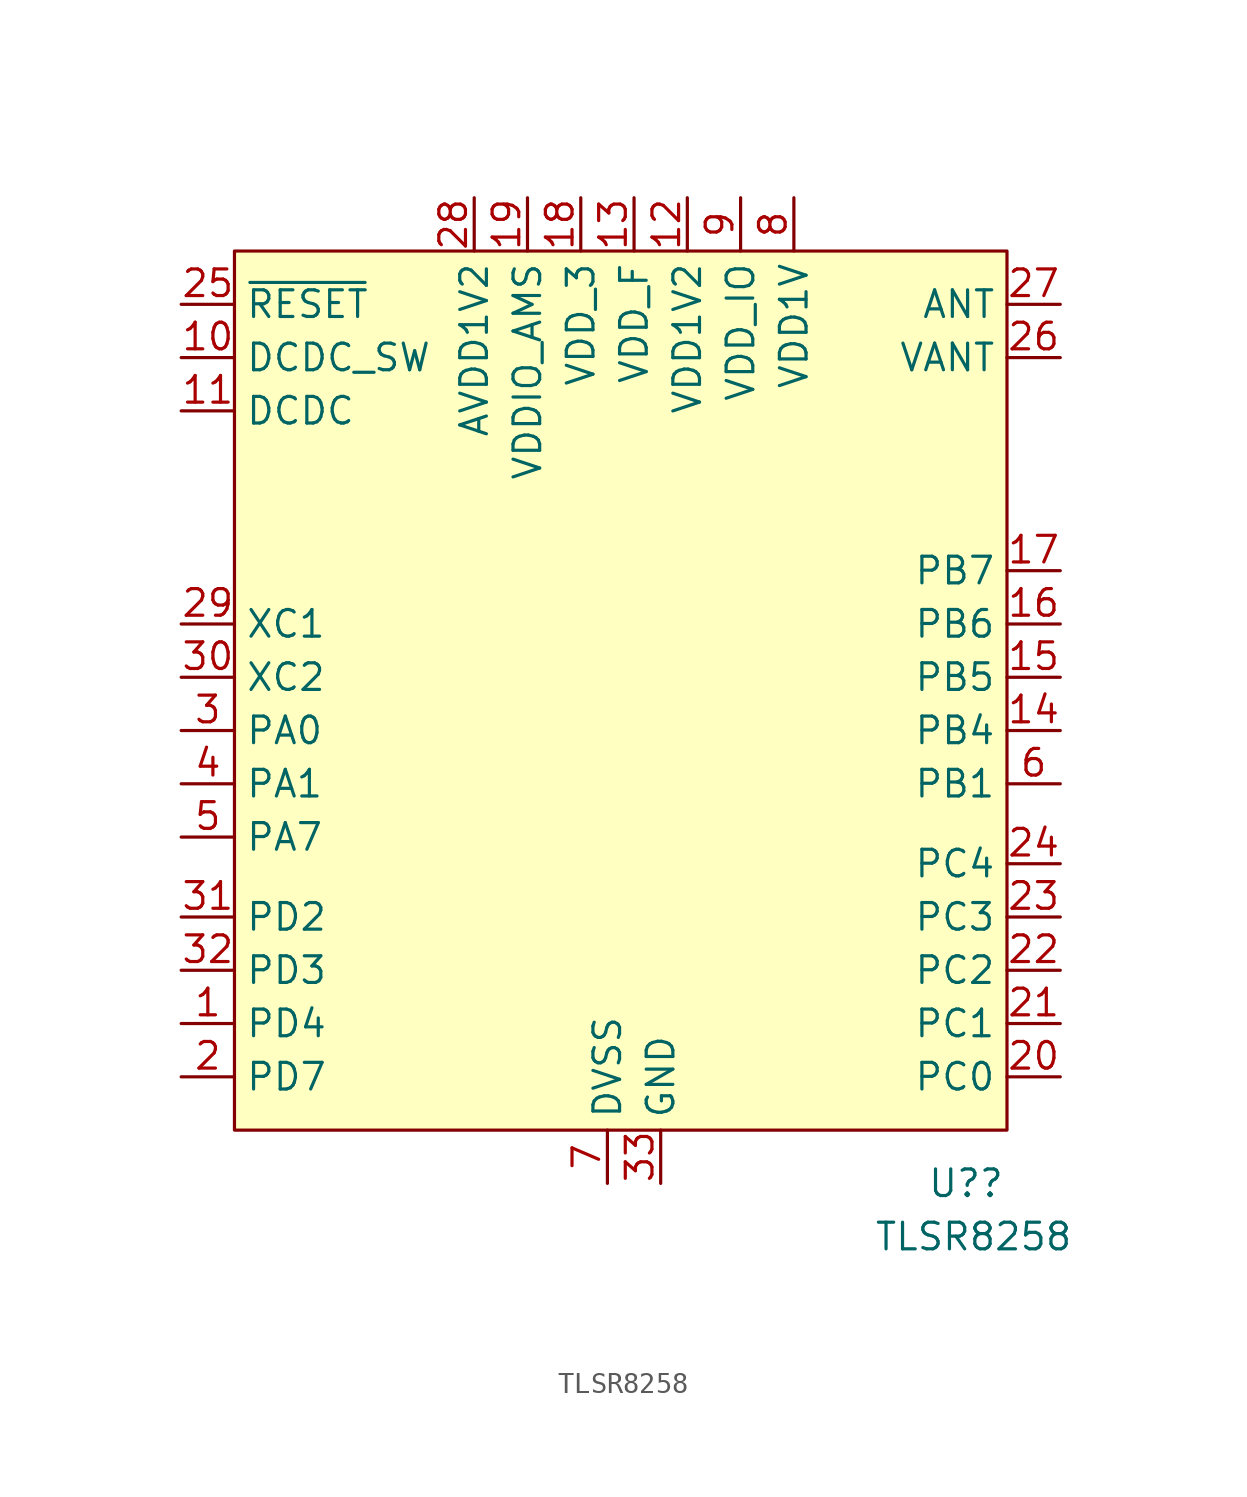
<source format=kicad_sym>
(kicad_symbol_lib
  (version 20211014)
  (generator kicad_symbol_editor)
  (symbol "TLSR8258"
    (property "Reference" "U?"
      (at 13.97 -24.13 0)
      (effects (font (size 1.27 1.27)) (justify left)))
    (property "Value" "TLSR8258"
      (at 11.43 -26.67 0)
      (effects (font (size 1.27 1.27)) (justify left)))
    (symbol "TLSR8258_0_1"
      (rectangle (start -19.05 20.32) (end 17.78 -21.59) (stroke (width 0) (type default) (color 0 0 0 0)) (fill (type background))))
    (symbol "TLSR8258_1_1"
      (pin bidirectional line (at -21.59 -16.51 0) (length 2.54) (name "PD4" (effects (font (size 1.27 1.27)))) (number "1" (effects (font (size 1.27 1.27)))))
      (pin power_in line (at -21.59 15.24 0) (length 2.54) (name "DCDC_SW" (effects (font (size 1.27 1.27)))) (number "10" (effects (font (size 1.27 1.27)))))
      (pin power_in line (at -21.59 12.7 0) (length 2.54) (name "DCDC" (effects (font (size 1.27 1.27)))) (number "11" (effects (font (size 1.27 1.27)))))
      (pin power_in line (at 2.54 22.86 270) (length 2.54) (name "VDD1V2" (effects (font (size 1.27 1.27)))) (number "12" (effects (font (size 1.27 1.27)))))
      (pin power_in line (at 0 22.86 270) (length 2.54) (name "VDD_F" (effects (font (size 1.27 1.27)))) (number "13" (effects (font (size 1.27 1.27)))))
      (pin bidirectional line (at 20.32 -2.54 180) (length 2.54) (name "PB4" (effects (font (size 1.27 1.27)))) (number "14" (effects (font (size 1.27 1.27)))))
      (pin bidirectional line (at 20.32 0 180) (length 2.54) (name "PB5" (effects (font (size 1.27 1.27)))) (number "15" (effects (font (size 1.27 1.27)))))
      (pin bidirectional line (at 20.32 2.54 180) (length 2.54) (name "PB6" (effects (font (size 1.27 1.27)))) (number "16" (effects (font (size 1.27 1.27)))))
      (pin bidirectional line (at 20.32 5.08 180) (length 2.54) (name "PB7" (effects (font (size 1.27 1.27)))) (number "17" (effects (font (size 1.27 1.27)))))
      (pin power_in line (at -2.54 22.86 270) (length 2.54) (name "VDD_3" (effects (font (size 1.27 1.27)))) (number "18" (effects (font (size 1.27 1.27)))))
      (pin power_in line (at -5.08 22.86 270) (length 2.54) (name "VDDIO_AMS" (effects (font (size 1.27 1.27)))) (number "19" (effects (font (size 1.27 1.27)))))
      (pin bidirectional line (at -21.59 -19.05 0) (length 2.54) (name "PD7" (effects (font (size 1.27 1.27)))) (number "2" (effects (font (size 1.27 1.27)))))
      (pin bidirectional line (at 20.32 -19.05 180) (length 2.54) (name "PC0" (effects (font (size 1.27 1.27)))) (number "20" (effects (font (size 1.27 1.27)))))
      (pin bidirectional line (at 20.32 -16.51 180) (length 2.54) (name "PC1" (effects (font (size 1.27 1.27)))) (number "21" (effects (font (size 1.27 1.27)))))
      (pin bidirectional line (at 20.32 -13.97 180) (length 2.54) (name "PC2" (effects (font (size 1.27 1.27)))) (number "22" (effects (font (size 1.27 1.27)))))
      (pin bidirectional line (at 20.32 -11.43 180) (length 2.54) (name "PC3" (effects (font (size 1.27 1.27)))) (number "23" (effects (font (size 1.27 1.27)))))
      (pin bidirectional line (at 20.32 -8.89 180) (length 2.54) (name "PC4" (effects (font (size 1.27 1.27)))) (number "24" (effects (font (size 1.27 1.27)))))
      (pin input line (at -21.59 17.78 0) (length 2.54) (name "~{RESET}" (effects (font (size 1.27 1.27)))) (number "25" (effects (font (size 1.27 1.27)))))
      (pin bidirectional line (at 20.32 15.24 180) (length 2.54) (name "VANT" (effects (font (size 1.27 1.27)))) (number "26" (effects (font (size 1.27 1.27)))))
      (pin bidirectional line (at 20.32 17.78 180) (length 2.54) (name "ANT" (effects (font (size 1.27 1.27)))) (number "27" (effects (font (size 1.27 1.27)))))
      (pin power_in line (at -7.62 22.86 270) (length 2.54) (name "AVDD1V2" (effects (font (size 1.27 1.27)))) (number "28" (effects (font (size 1.27 1.27)))))
      (pin bidirectional line (at -21.59 2.54 0) (length 2.54) (name "XC1" (effects (font (size 1.27 1.27)))) (number "29" (effects (font (size 1.27 1.27)))))
      (pin bidirectional line (at -21.59 -2.54 0) (length 2.54) (name "PA0" (effects (font (size 1.27 1.27)))) (number "3" (effects (font (size 1.27 1.27)))))
      (pin bidirectional line (at -21.59 0 0) (length 2.54) (name "XC2" (effects (font (size 1.27 1.27)))) (number "30" (effects (font (size 1.27 1.27)))))
      (pin bidirectional line (at -21.59 -11.43 0) (length 2.54) (name "PD2" (effects (font (size 1.27 1.27)))) (number "31" (effects (font (size 1.27 1.27)))))
      (pin bidirectional line (at -21.59 -13.97 0) (length 2.54) (name "PD3" (effects (font (size 1.27 1.27)))) (number "32" (effects (font (size 1.27 1.27)))))
      (pin power_in line (at 1.27 -24.13 90) (length 2.54) (name "GND" (effects (font (size 1.27 1.27)))) (number "33" (effects (font (size 1.27 1.27)))))
      (pin bidirectional line (at -21.59 -5.08 0) (length 2.54) (name "PA1" (effects (font (size 1.27 1.27)))) (number "4" (effects (font (size 1.27 1.27)))))
      (pin bidirectional line (at -21.59 -7.62 0) (length 2.54) (name "PA7" (effects (font (size 1.27 1.27)))) (number "5" (effects (font (size 1.27 1.27)))))
      (pin bidirectional line (at 20.32 -5.08 180) (length 2.54) (name "PB1" (effects (font (size 1.27 1.27)))) (number "6" (effects (font (size 1.27 1.27)))))
      (pin power_in line (at -1.27 -24.13 90) (length 2.54) (name "DVSS" (effects (font (size 1.27 1.27)))) (number "7" (effects (font (size 1.27 1.27)))))
      (pin power_in line (at 7.62 22.86 270) (length 2.54) (name "VDD1V" (effects (font (size 1.27 1.27)))) (number "8" (effects (font (size 1.27 1.27)))))
      (pin power_in line (at 5.08 22.86 270) (length 2.54) (name "VDD_IO" (effects (font (size 1.27 1.27)))) (number "9" (effects (font (size 1.27 1.27))))))))
</source>
